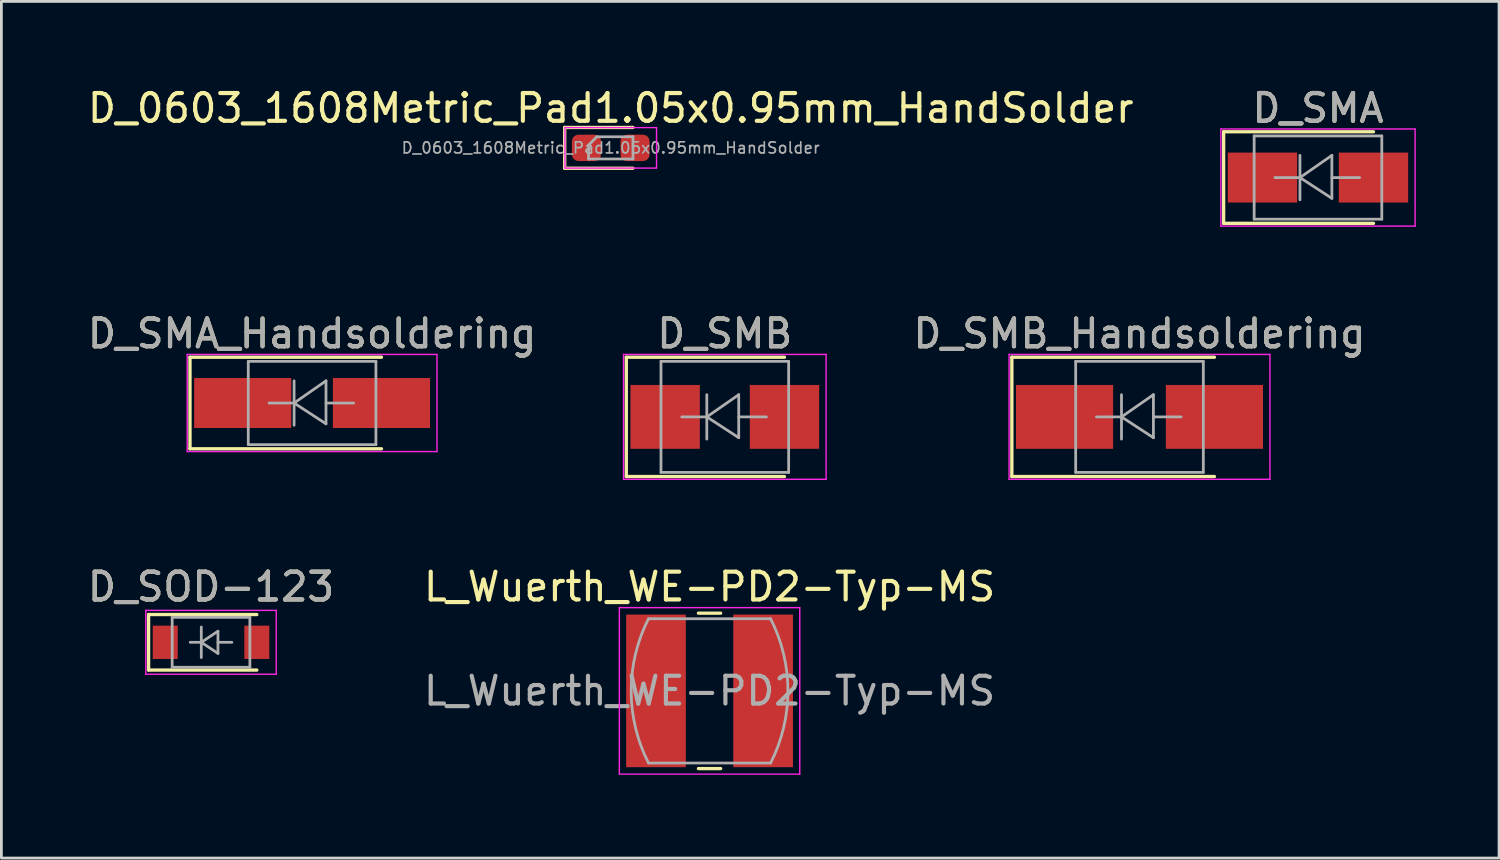
<source format=kicad_pcb>
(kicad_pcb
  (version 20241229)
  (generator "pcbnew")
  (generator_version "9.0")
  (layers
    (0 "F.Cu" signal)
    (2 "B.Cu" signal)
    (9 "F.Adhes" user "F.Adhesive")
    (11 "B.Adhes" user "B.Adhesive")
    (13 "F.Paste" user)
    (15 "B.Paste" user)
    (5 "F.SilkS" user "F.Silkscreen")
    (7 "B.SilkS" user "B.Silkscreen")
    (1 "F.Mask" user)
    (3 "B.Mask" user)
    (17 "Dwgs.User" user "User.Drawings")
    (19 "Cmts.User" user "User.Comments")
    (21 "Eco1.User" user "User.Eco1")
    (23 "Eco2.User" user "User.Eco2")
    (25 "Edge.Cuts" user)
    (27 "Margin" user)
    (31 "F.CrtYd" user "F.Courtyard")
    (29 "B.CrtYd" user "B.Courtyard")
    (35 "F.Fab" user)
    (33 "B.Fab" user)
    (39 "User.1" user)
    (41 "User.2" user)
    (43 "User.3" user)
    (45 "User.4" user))
  (footprint "D_SMA_Handsoldering"
    (layer "F.Cu")
    (at 8.196 11.472)
    (property "Reference" "D_SMA_Handsoldering" (at 0 -2.5 0) (layer "F.SilkS") (effects (font (size 1 1) (thickness 0.15))))
    (attr smd)
    (fp_line (start -4.4 -1.65) (end -4.4 1.65) (stroke (width 0.12) (type solid)) (layer "F.SilkS"))
    (fp_line (start -4.4 -1.65) (end 2.5 -1.65) (stroke (width 0.12) (type solid)) (layer "F.SilkS"))
    (fp_line (start -4.4 1.65) (end 2.5 1.65) (stroke (width 0.12) (type solid)) (layer "F.SilkS"))
    (fp_line (start -4.5 -1.75) (end 4.5 -1.75) (stroke (width 0.05) (type solid)) (layer "F.CrtYd"))
    (fp_line (start -4.5 1.75) (end -4.5 -1.75) (stroke (width 0.05) (type solid)) (layer "F.CrtYd"))
    (fp_line (start 4.5 -1.75) (end 4.5 1.75) (stroke (width 0.05) (type solid)) (layer "F.CrtYd"))
    (fp_line (start 4.5 1.75) (end -4.5 1.75) (stroke (width 0.05) (type solid)) (layer "F.CrtYd"))
    (fp_line (start -2.3 1.5) (end -2.3 -1.5) (stroke (width 0.1) (type solid)) (layer "F.Fab"))
    (fp_line (start -0.649 -0.799) (end -0.649 0.801) (stroke (width 0.1) (type solid)) (layer "F.Fab"))
    (fp_line (start -0.649 0.001) (end -1.551 0.001) (stroke (width 0.1) (type solid)) (layer "F.Fab"))
    (fp_line (start -0.649 0.001) (end 0.501 -0.799) (stroke (width 0.1) (type solid)) (layer "F.Fab"))
    (fp_line (start -0.649 0.001) (end 0.501 0.75) (stroke (width 0.1) (type solid)) (layer "F.Fab"))
    (fp_line (start 0.501 0.001) (end 1.499 0.001) (stroke (width 0.1) (type solid)) (layer "F.Fab"))
    (fp_line (start 0.501 0.75) (end 0.501 -0.799) (stroke (width 0.1) (type solid)) (layer "F.Fab"))
    (fp_line (start 2.3 -1.5) (end -2.3 -1.5) (stroke (width 0.1) (type solid)) (layer "F.Fab"))
    (fp_line (start 2.3 -1.5) (end 2.3 1.5) (stroke (width 0.1) (type solid)) (layer "F.Fab"))
    (fp_line (start 2.3 1.5) (end -2.3 1.5) (stroke (width 0.1) (type solid)) (layer "F.Fab"))
    (fp_text user "${REFERENCE}" (at 0 -2.5 0) (layer "F.Fab") (effects (font (size 1 1) (thickness 0.15))))
    (pad "1" smd rect (at -2.5 0) (size 3.5 1.8) (layers "F.Cu" "F.Mask" "F.Paste"))
    (pad "2" smd rect (at 2.5 0) (size 3.5 1.8) (layers "F.Cu" "F.Mask" "F.Paste")))
  (footprint "D_SMA"
    (layer "F.Cu")
    (at 44.442 3.348)
    (property "Reference" "D_SMA" (at 0 -2.5 0) (layer "F.SilkS") (effects (font (size 1 1) (thickness 0.15))))
    (attr smd)
    (fp_line (start -3.4 -1.65) (end -3.4 1.65) (stroke (width 0.12) (type solid)) (layer "F.SilkS"))
    (fp_line (start -3.4 -1.65) (end 2 -1.65) (stroke (width 0.12) (type solid)) (layer "F.SilkS"))
    (fp_line (start -3.4 1.65) (end 2 1.65) (stroke (width 0.12) (type solid)) (layer "F.SilkS"))
    (fp_line (start -3.5 -1.75) (end 3.5 -1.75) (stroke (width 0.05) (type solid)) (layer "F.CrtYd"))
    (fp_line (start -3.5 1.75) (end -3.5 -1.75) (stroke (width 0.05) (type solid)) (layer "F.CrtYd"))
    (fp_line (start 3.5 -1.75) (end 3.5 1.75) (stroke (width 0.05) (type solid)) (layer "F.CrtYd"))
    (fp_line (start 3.5 1.75) (end -3.5 1.75) (stroke (width 0.05) (type solid)) (layer "F.CrtYd"))
    (fp_line (start -2.3 1.5) (end -2.3 -1.5) (stroke (width 0.1) (type solid)) (layer "F.Fab"))
    (fp_line (start -0.649 -0.799) (end -0.649 0.801) (stroke (width 0.1) (type solid)) (layer "F.Fab"))
    (fp_line (start -0.649 0.001) (end -1.551 0.001) (stroke (width 0.1) (type solid)) (layer "F.Fab"))
    (fp_line (start -0.649 0.001) (end 0.501 -0.799) (stroke (width 0.1) (type solid)) (layer "F.Fab"))
    (fp_line (start -0.649 0.001) (end 0.501 0.75) (stroke (width 0.1) (type solid)) (layer "F.Fab"))
    (fp_line (start 0.501 0.001) (end 1.499 0.001) (stroke (width 0.1) (type solid)) (layer "F.Fab"))
    (fp_line (start 0.501 0.75) (end 0.501 -0.799) (stroke (width 0.1) (type solid)) (layer "F.Fab"))
    (fp_line (start 2.3 -1.5) (end -2.3 -1.5) (stroke (width 0.1) (type solid)) (layer "F.Fab"))
    (fp_line (start 2.3 -1.5) (end 2.3 1.5) (stroke (width 0.1) (type solid)) (layer "F.Fab"))
    (fp_line (start 2.3 1.5) (end -2.3 1.5) (stroke (width 0.1) (type solid)) (layer "F.Fab"))
    (fp_text user "${REFERENCE}" (at 0 -2.5 0) (layer "F.Fab") (effects (font (size 1 1) (thickness 0.15))))
    (pad "1" smd rect (at -2 0) (size 2.5 1.8) (layers "F.Cu" "F.Mask" "F.Paste"))
    (pad "2" smd rect (at 2 0) (size 2.5 1.8) (layers "F.Cu" "F.Mask" "F.Paste")))
  (footprint "D_SOD-123"
    (layer "F.Cu")
    (at 4.554 20.095)
    (property "Reference" "D_SOD-123" (at 0 -2 0) (layer "F.SilkS") (effects (font (size 1 1) (thickness 0.15))))
    (attr smd)
    (fp_line (start -2.25 -1) (end -2.25 1) (stroke (width 0.12) (type solid)) (layer "F.SilkS"))
    (fp_line (start -2.25 -1) (end 1.65 -1) (stroke (width 0.12) (type solid)) (layer "F.SilkS"))
    (fp_line (start -2.25 1) (end 1.65 1) (stroke (width 0.12) (type solid)) (layer "F.SilkS"))
    (fp_line (start -2.35 -1.15) (end -2.35 1.15) (stroke (width 0.05) (type solid)) (layer "F.CrtYd"))
    (fp_line (start -2.35 -1.15) (end 2.35 -1.15) (stroke (width 0.05) (type solid)) (layer "F.CrtYd"))
    (fp_line (start 2.35 -1.15) (end 2.35 1.15) (stroke (width 0.05) (type solid)) (layer "F.CrtYd"))
    (fp_line (start 2.35 1.15) (end -2.35 1.15) (stroke (width 0.05) (type solid)) (layer "F.CrtYd"))
    (fp_line (start -1.4 -0.9) (end 1.4 -0.9) (stroke (width 0.1) (type solid)) (layer "F.Fab"))
    (fp_line (start -1.4 0.9) (end -1.4 -0.9) (stroke (width 0.1) (type solid)) (layer "F.Fab"))
    (fp_line (start -0.75 0) (end -0.35 0) (stroke (width 0.1) (type solid)) (layer "F.Fab"))
    (fp_line (start -0.35 0) (end -0.35 -0.55) (stroke (width 0.1) (type solid)) (layer "F.Fab"))
    (fp_line (start -0.35 0) (end -0.35 0.55) (stroke (width 0.1) (type solid)) (layer "F.Fab"))
    (fp_line (start -0.35 0) (end 0.25 -0.4) (stroke (width 0.1) (type solid)) (layer "F.Fab"))
    (fp_line (start 0.25 -0.4) (end 0.25 0.4) (stroke (width 0.1) (type solid)) (layer "F.Fab"))
    (fp_line (start 0.25 0) (end 0.75 0) (stroke (width 0.1) (type solid)) (layer "F.Fab"))
    (fp_line (start 0.25 0.4) (end -0.35 0) (stroke (width 0.1) (type solid)) (layer "F.Fab"))
    (fp_line (start 1.4 -0.9) (end 1.4 0.9) (stroke (width 0.1) (type solid)) (layer "F.Fab"))
    (fp_line (start 1.4 0.9) (end -1.4 0.9) (stroke (width 0.1) (type solid)) (layer "F.Fab"))
    (fp_text user "${REFERENCE}" (at 0 -2 0) (layer "F.Fab") (effects (font (size 1 1) (thickness 0.15))))
    (pad "1" smd rect (at -1.65 0) (size 0.9 1.2) (layers "F.Cu" "F.Mask" "F.Paste"))
    (pad "2" smd rect (at 1.65 0) (size 0.9 1.2) (layers "F.Cu" "F.Mask" "F.Paste")))
  (footprint "L_Wuerth_WE-PD2-Typ-MS"
    (layer "F.Cu")
    (at 22.518 21.845)
    (property "Reference" "L_Wuerth_WE-PD2-Typ-MS" (at 0 -3.75 0) (layer "F.SilkS") (effects (font (size 1 1) (thickness 0.15))))
    (attr smd)
    (fp_line (start -0.4 -2.8) (end 0.4 -2.8) (stroke (width 0.12) (type solid)) (layer "F.SilkS"))
    (fp_line (start -0.4 2.8) (end 0.4 2.8) (stroke (width 0.12) (type solid)) (layer "F.SilkS"))
    (fp_line (start -3.25 -3) (end 3.25 -3) (stroke (width 0.05) (type solid)) (layer "F.CrtYd"))
    (fp_line (start -3.25 3) (end -3.25 -3) (stroke (width 0.05) (type solid)) (layer "F.CrtYd"))
    (fp_line (start 3.25 -3) (end 3.25 3) (stroke (width 0.05) (type solid)) (layer "F.CrtYd"))
    (fp_line (start 3.25 3) (end -3.25 3) (stroke (width 0.05) (type solid)) (layer "F.CrtYd"))
    (fp_line (start -2.2 -2.6) (end 2.2 -2.6) (stroke (width 0.1) (type solid)) (layer "F.Fab"))
    (fp_line (start 2.2 2.6) (end -2.2 2.6) (stroke (width 0.1) (type solid)) (layer "F.Fab"))
    (fp_arc (start -2.2 2.6) (mid -2.824509 0.001265) (end -2.201149 -2.597745) (stroke (width 0.1) (type solid)) (layer "F.Fab"))
    (fp_arc (start 2.2 -2.6) (mid 2.824509 -0.001265) (end 2.201149 2.597745) (stroke (width 0.1) (type solid)) (layer "F.Fab"))
    (fp_text user "${REFERENCE}" (at 0 0 0) (layer "F.Fab") (effects (font (size 1 1) (thickness 0.15))))
    (pad "1" smd rect (at -1.93 0) (size 2.15 5.5) (layers "F.Cu" "F.Mask" "F.Paste"))
    (pad "2" smd rect (at 1.93 0) (size 2.15 5.5) (layers "F.Cu" "F.Mask" "F.Paste")))
  (footprint "D_0603_1608Metric_Pad1.05x0.95mm_HandSolder"
    (layer "F.Cu")
    (at 18.958 2.278)
    (property "Reference" "D_0603_1608Metric_Pad1.05x0.95mm_HandSolder" (at 0 -1.43 0) (layer "F.SilkS") (effects (font (size 1 1) (thickness 0.15))))
    (attr smd)
    (fp_line (start -1.66 -0.735) (end -1.66 0.735) (stroke (width 0.12) (type solid)) (layer "F.SilkS"))
    (fp_line (start -1.66 0.735) (end 0.8 0.735) (stroke (width 0.12) (type solid)) (layer "F.SilkS"))
    (fp_line (start 0.8 -0.735) (end -1.66 -0.735) (stroke (width 0.12) (type solid)) (layer "F.SilkS"))
    (fp_line (start -1.65 -0.73) (end 1.65 -0.73) (stroke (width 0.05) (type solid)) (layer "F.CrtYd"))
    (fp_line (start -1.65 0.73) (end -1.65 -0.73) (stroke (width 0.05) (type solid)) (layer "F.CrtYd"))
    (fp_line (start 1.65 -0.73) (end 1.65 0.73) (stroke (width 0.05) (type solid)) (layer "F.CrtYd"))
    (fp_line (start 1.65 0.73) (end -1.65 0.73) (stroke (width 0.05) (type solid)) (layer "F.CrtYd"))
    (fp_line (start -0.8 -0.1) (end -0.8 0.4) (stroke (width 0.1) (type solid)) (layer "F.Fab"))
    (fp_line (start -0.8 0.4) (end 0.8 0.4) (stroke (width 0.1) (type solid)) (layer "F.Fab"))
    (fp_line (start -0.5 -0.4) (end -0.8 -0.1) (stroke (width 0.1) (type solid)) (layer "F.Fab"))
    (fp_line (start 0.8 -0.4) (end -0.5 -0.4) (stroke (width 0.1) (type solid)) (layer "F.Fab"))
    (fp_line (start 0.8 0.4) (end 0.8 -0.4) (stroke (width 0.1) (type solid)) (layer "F.Fab"))
    (fp_text user "${REFERENCE}" (at 0 0 0) (layer "F.Fab") (effects (font (size 0.4 0.4) (thickness 0.06))))
    (pad "1" smd roundrect (at -0.875 0) (size 1.05 0.95) (layers "F.Cu" "F.Mask" "F.Paste") (roundrect_rratio 0.25))
    (pad "2" smd roundrect (at 0.875 0) (size 1.05 0.95) (layers "F.Cu" "F.Mask" "F.Paste") (roundrect_rratio 0.25)))
  (footprint "D_SMB"
    (layer "F.Cu")
    (at 23.068 11.972)
    (property "Reference" "D_SMB" (at 0 -3 0) (layer "F.SilkS") (effects (font (size 1 1) (thickness 0.15))))
    (attr smd)
    (fp_line (start -3.55 -2.15) (end -3.55 2.15) (stroke (width 0.12) (type solid)) (layer "F.SilkS"))
    (fp_line (start -3.55 -2.15) (end 2.15 -2.15) (stroke (width 0.12) (type solid)) (layer "F.SilkS"))
    (fp_line (start -3.55 2.15) (end 2.15 2.15) (stroke (width 0.12) (type solid)) (layer "F.SilkS"))
    (fp_line (start -3.65 -2.25) (end 3.65 -2.25) (stroke (width 0.05) (type solid)) (layer "F.CrtYd"))
    (fp_line (start -3.65 2.25) (end -3.65 -2.25) (stroke (width 0.05) (type solid)) (layer "F.CrtYd"))
    (fp_line (start 3.65 -2.25) (end 3.65 2.25) (stroke (width 0.05) (type solid)) (layer "F.CrtYd"))
    (fp_line (start 3.65 2.25) (end -3.65 2.25) (stroke (width 0.05) (type solid)) (layer "F.CrtYd"))
    (fp_line (start -2.3 2) (end -2.3 -2) (stroke (width 0.1) (type solid)) (layer "F.Fab"))
    (fp_line (start -0.649 -0.799) (end -0.649 0.801) (stroke (width 0.1) (type solid)) (layer "F.Fab"))
    (fp_line (start -0.649 0.001) (end -1.551 0.001) (stroke (width 0.1) (type solid)) (layer "F.Fab"))
    (fp_line (start -0.649 0.001) (end 0.501 -0.799) (stroke (width 0.1) (type solid)) (layer "F.Fab"))
    (fp_line (start -0.649 0.001) (end 0.501 0.75) (stroke (width 0.1) (type solid)) (layer "F.Fab"))
    (fp_line (start 0.501 0.001) (end 1.499 0.001) (stroke (width 0.1) (type solid)) (layer "F.Fab"))
    (fp_line (start 0.501 0.75) (end 0.501 -0.799) (stroke (width 0.1) (type solid)) (layer "F.Fab"))
    (fp_line (start 2.3 -2) (end -2.3 -2) (stroke (width 0.1) (type solid)) (layer "F.Fab"))
    (fp_line (start 2.3 -2) (end 2.3 2) (stroke (width 0.1) (type solid)) (layer "F.Fab"))
    (fp_line (start 2.3 2) (end -2.3 2) (stroke (width 0.1) (type solid)) (layer "F.Fab"))
    (fp_text user "${REFERENCE}" (at 0 -3 0) (layer "F.Fab") (effects (font (size 1 1) (thickness 0.15))))
    (pad "1" smd rect (at -2.15 0) (size 2.5 2.3) (layers "F.Cu" "F.Mask" "F.Paste"))
    (pad "2" smd rect (at 2.15 0) (size 2.5 2.3) (layers "F.Cu" "F.Mask" "F.Paste")))
  (footprint "D_SMB_Handsoldering"
    (layer "F.Cu")
    (at 38.011 11.972)
    (property "Reference" "D_SMB_Handsoldering" (at 0 -3 0) (layer "F.SilkS") (effects (font (size 1 1) (thickness 0.15))))
    (attr smd)
    (fp_line (start -4.6 -2.15) (end -4.6 2.15) (stroke (width 0.12) (type solid)) (layer "F.SilkS"))
    (fp_line (start -4.6 -2.15) (end 2.7 -2.15) (stroke (width 0.12) (type solid)) (layer "F.SilkS"))
    (fp_line (start -4.6 2.15) (end 2.7 2.15) (stroke (width 0.12) (type solid)) (layer "F.SilkS"))
    (fp_line (start -4.7 -2.25) (end 4.7 -2.25) (stroke (width 0.05) (type solid)) (layer "F.CrtYd"))
    (fp_line (start -4.7 2.25) (end -4.7 -2.25) (stroke (width 0.05) (type solid)) (layer "F.CrtYd"))
    (fp_line (start 4.7 -2.25) (end 4.7 2.25) (stroke (width 0.05) (type solid)) (layer "F.CrtYd"))
    (fp_line (start 4.7 2.25) (end -4.7 2.25) (stroke (width 0.05) (type solid)) (layer "F.CrtYd"))
    (fp_line (start -2.3 2) (end -2.3 -2) (stroke (width 0.1) (type solid)) (layer "F.Fab"))
    (fp_line (start -0.649 -0.799) (end -0.649 0.801) (stroke (width 0.1) (type solid)) (layer "F.Fab"))
    (fp_line (start -0.649 0.001) (end -1.551 0.001) (stroke (width 0.1) (type solid)) (layer "F.Fab"))
    (fp_line (start -0.649 0.001) (end 0.501 -0.799) (stroke (width 0.1) (type solid)) (layer "F.Fab"))
    (fp_line (start -0.649 0.001) (end 0.501 0.75) (stroke (width 0.1) (type solid)) (layer "F.Fab"))
    (fp_line (start 0.501 0.001) (end 1.499 0.001) (stroke (width 0.1) (type solid)) (layer "F.Fab"))
    (fp_line (start 0.501 0.75) (end 0.501 -0.799) (stroke (width 0.1) (type solid)) (layer "F.Fab"))
    (fp_line (start 2.3 -2) (end -2.3 -2) (stroke (width 0.1) (type solid)) (layer "F.Fab"))
    (fp_line (start 2.3 -2) (end 2.3 2) (stroke (width 0.1) (type solid)) (layer "F.Fab"))
    (fp_line (start 2.3 2) (end -2.3 2) (stroke (width 0.1) (type solid)) (layer "F.Fab"))
    (fp_text user "${REFERENCE}" (at 0 -3 0) (layer "F.Fab") (effects (font (size 1 1) (thickness 0.15))))
    (pad "1" smd rect (at -2.7 0) (size 3.5 2.3) (layers "F.Cu" "F.Mask" "F.Paste"))
    (pad "2" smd rect (at 2.7 0) (size 3.5 2.3) (layers "F.Cu" "F.Mask" "F.Paste")))
  (gr_rect
    (start -3 -3)
    (end 50.967 27.87)
    (stroke (width 0.1) (type default))
    (fill no)
    (layer "Edge.Cuts")))
</source>
